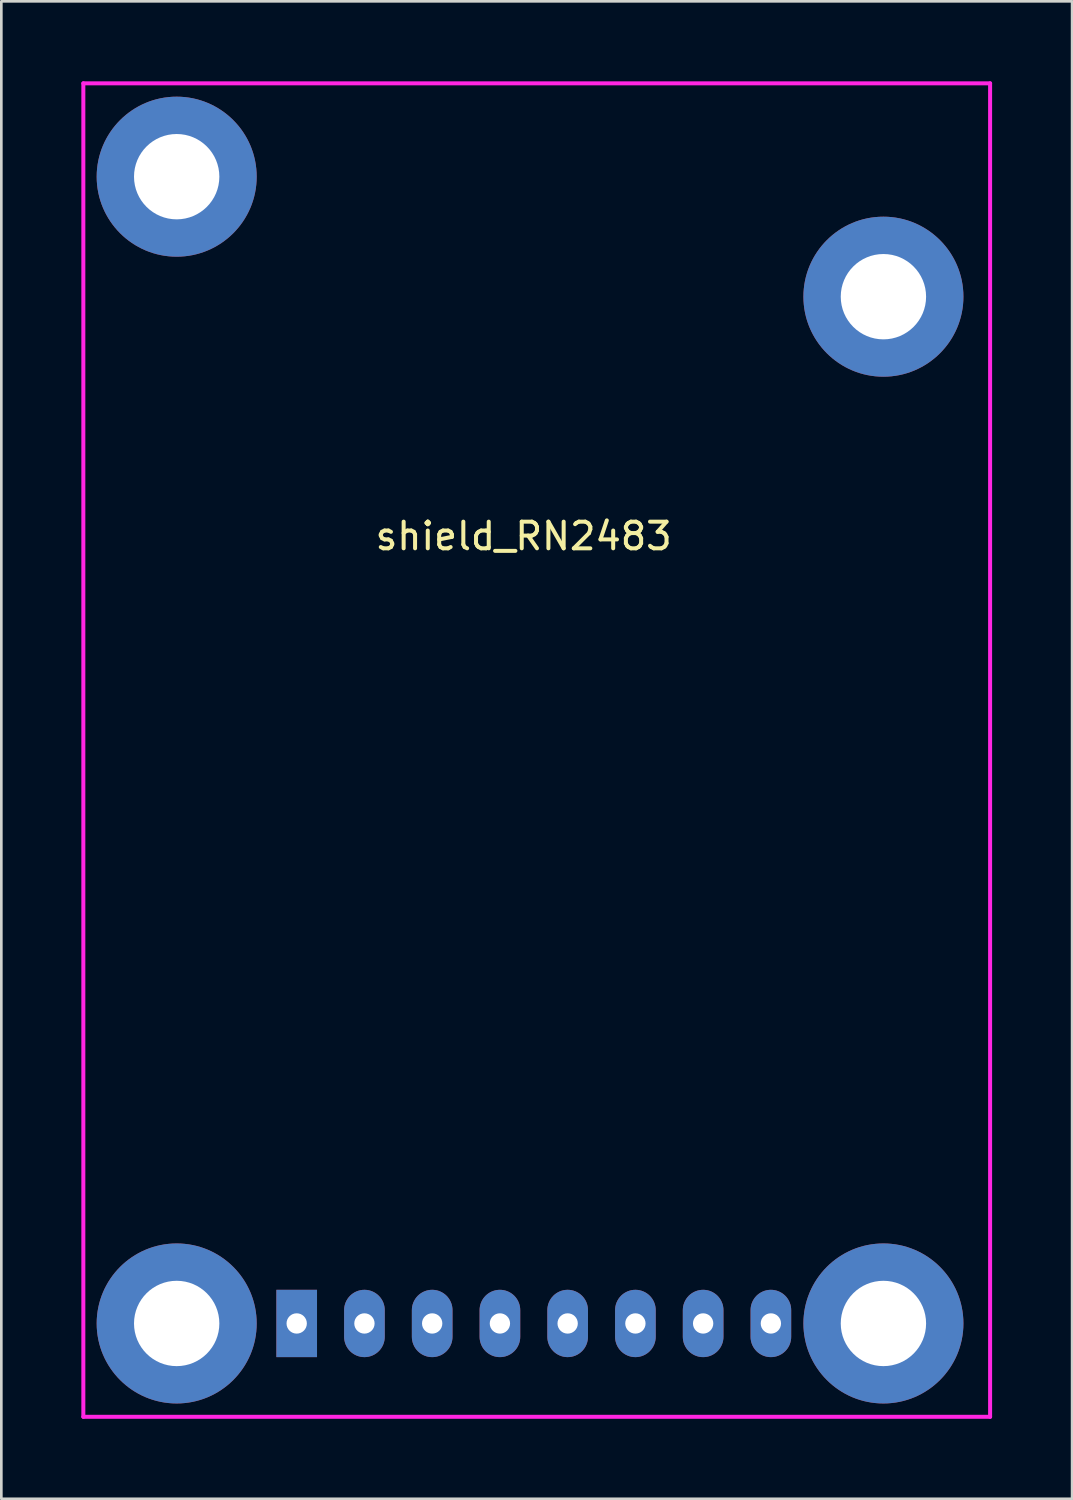
<source format=kicad_pcb>
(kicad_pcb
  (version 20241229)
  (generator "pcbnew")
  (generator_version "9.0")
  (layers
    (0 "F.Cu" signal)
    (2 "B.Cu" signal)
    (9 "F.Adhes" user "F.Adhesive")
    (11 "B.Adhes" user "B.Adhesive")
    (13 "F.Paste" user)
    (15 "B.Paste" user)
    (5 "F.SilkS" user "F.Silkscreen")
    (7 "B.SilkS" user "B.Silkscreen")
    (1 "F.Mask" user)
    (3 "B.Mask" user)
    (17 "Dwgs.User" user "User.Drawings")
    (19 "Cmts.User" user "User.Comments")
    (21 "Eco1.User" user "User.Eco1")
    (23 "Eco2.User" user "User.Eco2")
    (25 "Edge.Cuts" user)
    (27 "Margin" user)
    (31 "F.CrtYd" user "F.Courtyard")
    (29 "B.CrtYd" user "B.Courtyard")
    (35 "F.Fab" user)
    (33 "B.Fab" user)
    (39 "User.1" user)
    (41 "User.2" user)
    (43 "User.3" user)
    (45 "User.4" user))
  (footprint "shield_RN2483"
    (layer "F.Cu")
    (at 17.855 24.675)
    (property "Reference" "shield_RN2483" (at -1.27 -7.62 0) (layer "F.SilkS") (effects (font (size 1 1) (thickness 0.15))))
    (attr through_hole)
    (fp_line (start -17.78 -24.6) (end -17.78 25.4) (stroke (width 0.15) (type solid)) (layer "F.CrtYd"))
    (fp_line (start -17.78 25.4) (end 16.22 25.4) (stroke (width 0.15) (type solid)) (layer "F.CrtYd"))
    (fp_line (start 16.22 -24.6) (end -17.78 -24.6) (stroke (width 0.15) (type solid)) (layer "F.CrtYd"))
    (fp_line (start 16.22 25.4) (end 16.22 -24.6) (stroke (width 0.15) (type solid)) (layer "F.CrtYd"))
    (pad "" np_thru_hole circle (at -14.28 -21.1) (size 6 6) (drill 3.2) (layers "*.Cu" "*.Mask"))
    (pad "" np_thru_hole circle (at -14.28 21.9) (size 6 6) (drill 3.2) (layers "*.Cu" "*.Mask"))
    (pad "" np_thru_hole circle (at 12.22 -16.6) (size 6 6) (drill 3.2) (layers "*.Cu" "*.Mask"))
    (pad "" np_thru_hole circle (at 12.22 21.9) (size 6 6) (drill 3.2) (layers "*.Cu" "*.Mask"))
    (pad "1" thru_hole rect (at -9.78 21.9) (size 1.524 2.524) (drill 0.762) (layers "*.Cu" "*.Mask"))
    (pad "2" thru_hole oval (at -7.24 21.9) (size 1.524 2.524) (drill 0.762) (layers "*.Cu" "*.Mask"))
    (pad "3" thru_hole oval (at -4.7 21.9) (size 1.524 2.524) (drill 0.762) (layers "*.Cu" "*.Mask"))
    (pad "4" thru_hole oval (at -2.16 21.9) (size 1.524 2.524) (drill 0.762) (layers "*.Cu" "*.Mask"))
    (pad "5" thru_hole oval (at 0.38 21.9) (size 1.524 2.524) (drill 0.762) (layers "*.Cu" "*.Mask"))
    (pad "6" thru_hole oval (at 2.92 21.9) (size 1.524 2.524) (drill 0.762) (layers "*.Cu" "*.Mask"))
    (pad "7" thru_hole oval (at 5.46 21.9) (size 1.524 2.524) (drill 0.762) (layers "*.Cu" "*.Mask"))
    (pad "8" thru_hole oval (at 8 21.9) (size 1.524 2.524) (drill 0.762) (layers "*.Cu" "*.Mask")))
  (gr_rect
    (start -3 -3)
    (end 37.15 53.15)
    (stroke (width 0.1) (type default))
    (fill no)
    (layer "Edge.Cuts")))
</source>
